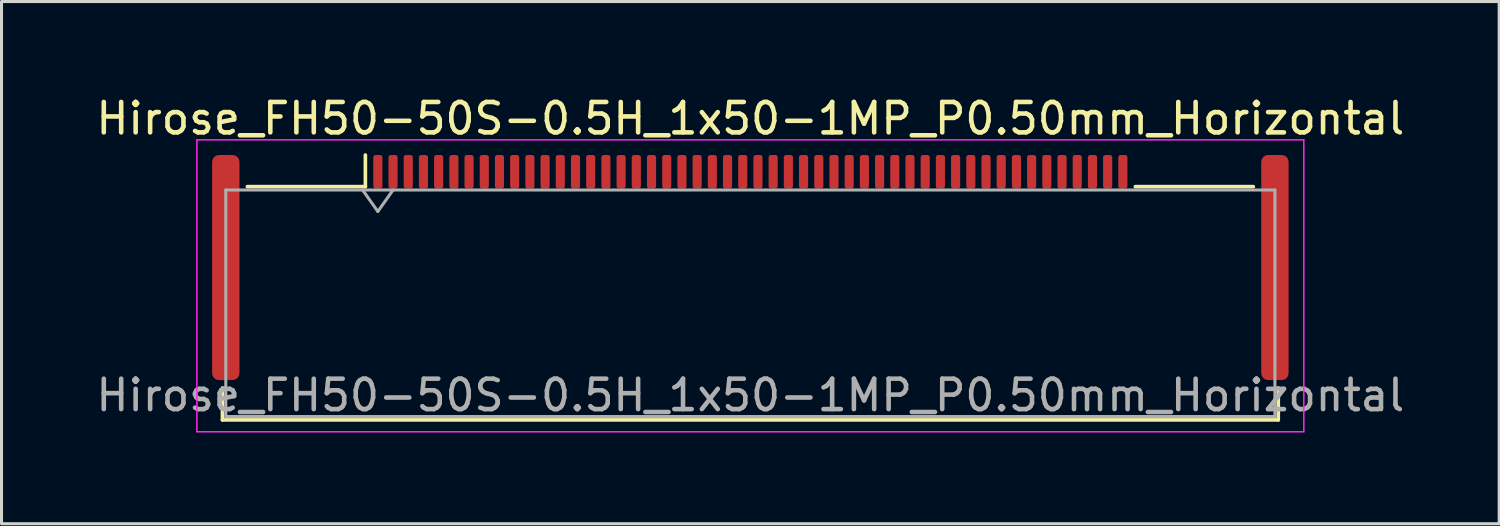
<source format=kicad_pcb>
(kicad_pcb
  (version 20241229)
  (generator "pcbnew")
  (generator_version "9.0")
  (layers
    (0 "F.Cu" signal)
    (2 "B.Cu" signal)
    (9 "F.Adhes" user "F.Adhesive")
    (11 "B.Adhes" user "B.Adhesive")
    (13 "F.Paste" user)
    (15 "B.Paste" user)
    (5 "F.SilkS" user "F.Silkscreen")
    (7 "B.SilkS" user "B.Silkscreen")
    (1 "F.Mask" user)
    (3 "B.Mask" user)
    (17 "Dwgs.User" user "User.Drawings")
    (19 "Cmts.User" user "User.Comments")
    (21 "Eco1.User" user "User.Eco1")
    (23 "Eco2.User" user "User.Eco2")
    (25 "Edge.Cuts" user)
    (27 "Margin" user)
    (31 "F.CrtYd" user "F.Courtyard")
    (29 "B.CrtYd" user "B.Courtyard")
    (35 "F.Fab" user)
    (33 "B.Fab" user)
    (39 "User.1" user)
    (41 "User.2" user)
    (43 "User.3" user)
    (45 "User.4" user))
  (footprint "Hirose_FH50-50S-0.5H_1x50-1MP_P0.50mm_Horizontal"
    (layer "F.Cu")
    (at 21.625 5.748)
    (property "Reference" "Hirose_FH50-50S-0.5H_1x50-1MP_P0.50mm_Horizontal" (at 0 -4.9 0) (layer "F.SilkS") (effects (font (size 1 1) (thickness 0.15))))
    (attr smd)
    (fp_line (start -17.36 3.96) (end -17.36 5.01) (stroke (width 0.12) (type solid)) (layer "F.SilkS"))
    (fp_line (start -17.36 5.01) (end 17.36 5.01) (stroke (width 0.12) (type solid)) (layer "F.SilkS"))
    (fp_line (start -16.54 -2.66) (end -12.66 -2.66) (stroke (width 0.12) (type solid)) (layer "F.SilkS"))
    (fp_line (start -12.66 -2.66) (end -12.66 -3.7) (stroke (width 0.12) (type solid)) (layer "F.SilkS"))
    (fp_line (start 16.54 -2.66) (end 12.66 -2.66) (stroke (width 0.12) (type solid)) (layer "F.SilkS"))
    (fp_line (start 17.36 5.01) (end 17.36 3.96) (stroke (width 0.12) (type solid)) (layer "F.SilkS"))
    (fp_line (start -18.2 -4.2) (end -18.2 5.4) (stroke (width 0.05) (type solid)) (layer "F.CrtYd"))
    (fp_line (start -18.2 5.4) (end 18.2 5.4) (stroke (width 0.05) (type solid)) (layer "F.CrtYd"))
    (fp_line (start 18.2 -4.2) (end -18.2 -4.2) (stroke (width 0.05) (type solid)) (layer "F.CrtYd"))
    (fp_line (start 18.2 5.4) (end 18.2 -4.2) (stroke (width 0.05) (type solid)) (layer "F.CrtYd"))
    (fp_line (start -17.25 -2.55) (end -17.25 4.9) (stroke (width 0.1) (type solid)) (layer "F.Fab"))
    (fp_line (start -17.25 -2.55) (end 17.25 -2.55) (stroke (width 0.1) (type solid)) (layer "F.Fab"))
    (fp_line (start -17.25 4.9) (end 17.25 4.9) (stroke (width 0.1) (type solid)) (layer "F.Fab"))
    (fp_line (start -12.75 -2.55) (end -12.25 -1.843) (stroke (width 0.1) (type solid)) (layer "F.Fab"))
    (fp_line (start -12.25 -1.843) (end -11.75 -2.55) (stroke (width 0.1) (type solid)) (layer "F.Fab"))
    (fp_line (start 17.25 -2.55) (end 17.25 4.9) (stroke (width 0.1) (type solid)) (layer "F.Fab"))
    (fp_text user "${REFERENCE}" (at 0 4.2 0) (layer "F.Fab") (effects (font (size 1 1) (thickness 0.15))))
    (pad "1" smd roundrect (at -12.25 -3.15) (size 0.3 1.1) (layers "F.Cu" "F.Mask" "F.Paste") (roundrect_rratio 0.25))
    (pad "2" smd roundrect (at -11.75 -3.15) (size 0.3 1.1) (layers "F.Cu" "F.Mask" "F.Paste") (roundrect_rratio 0.25))
    (pad "3" smd roundrect (at -11.25 -3.15) (size 0.3 1.1) (layers "F.Cu" "F.Mask" "F.Paste") (roundrect_rratio 0.25))
    (pad "4" smd roundrect (at -10.75 -3.15) (size 0.3 1.1) (layers "F.Cu" "F.Mask" "F.Paste") (roundrect_rratio 0.25))
    (pad "5" smd roundrect (at -10.25 -3.15) (size 0.3 1.1) (layers "F.Cu" "F.Mask" "F.Paste") (roundrect_rratio 0.25))
    (pad "6" smd roundrect (at -9.75 -3.15) (size 0.3 1.1) (layers "F.Cu" "F.Mask" "F.Paste") (roundrect_rratio 0.25))
    (pad "7" smd roundrect (at -9.25 -3.15) (size 0.3 1.1) (layers "F.Cu" "F.Mask" "F.Paste") (roundrect_rratio 0.25))
    (pad "8" smd roundrect (at -8.75 -3.15) (size 0.3 1.1) (layers "F.Cu" "F.Mask" "F.Paste") (roundrect_rratio 0.25))
    (pad "9" smd roundrect (at -8.25 -3.15) (size 0.3 1.1) (layers "F.Cu" "F.Mask" "F.Paste") (roundrect_rratio 0.25))
    (pad "10" smd roundrect (at -7.75 -3.15) (size 0.3 1.1) (layers "F.Cu" "F.Mask" "F.Paste") (roundrect_rratio 0.25))
    (pad "11" smd roundrect (at -7.25 -3.15) (size 0.3 1.1) (layers "F.Cu" "F.Mask" "F.Paste") (roundrect_rratio 0.25))
    (pad "12" smd roundrect (at -6.75 -3.15) (size 0.3 1.1) (layers "F.Cu" "F.Mask" "F.Paste") (roundrect_rratio 0.25))
    (pad "13" smd roundrect (at -6.25 -3.15) (size 0.3 1.1) (layers "F.Cu" "F.Mask" "F.Paste") (roundrect_rratio 0.25))
    (pad "14" smd roundrect (at -5.75 -3.15) (size 0.3 1.1) (layers "F.Cu" "F.Mask" "F.Paste") (roundrect_rratio 0.25))
    (pad "15" smd roundrect (at -5.25 -3.15) (size 0.3 1.1) (layers "F.Cu" "F.Mask" "F.Paste") (roundrect_rratio 0.25))
    (pad "16" smd roundrect (at -4.75 -3.15) (size 0.3 1.1) (layers "F.Cu" "F.Mask" "F.Paste") (roundrect_rratio 0.25))
    (pad "17" smd roundrect (at -4.25 -3.15) (size 0.3 1.1) (layers "F.Cu" "F.Mask" "F.Paste") (roundrect_rratio 0.25))
    (pad "18" smd roundrect (at -3.75 -3.15) (size 0.3 1.1) (layers "F.Cu" "F.Mask" "F.Paste") (roundrect_rratio 0.25))
    (pad "19" smd roundrect (at -3.25 -3.15) (size 0.3 1.1) (layers "F.Cu" "F.Mask" "F.Paste") (roundrect_rratio 0.25))
    (pad "20" smd roundrect (at -2.75 -3.15) (size 0.3 1.1) (layers "F.Cu" "F.Mask" "F.Paste") (roundrect_rratio 0.25))
    (pad "21" smd roundrect (at -2.25 -3.15) (size 0.3 1.1) (layers "F.Cu" "F.Mask" "F.Paste") (roundrect_rratio 0.25))
    (pad "22" smd roundrect (at -1.75 -3.15) (size 0.3 1.1) (layers "F.Cu" "F.Mask" "F.Paste") (roundrect_rratio 0.25))
    (pad "23" smd roundrect (at -1.25 -3.15) (size 0.3 1.1) (layers "F.Cu" "F.Mask" "F.Paste") (roundrect_rratio 0.25))
    (pad "24" smd roundrect (at -0.75 -3.15) (size 0.3 1.1) (layers "F.Cu" "F.Mask" "F.Paste") (roundrect_rratio 0.25))
    (pad "25" smd roundrect (at -0.25 -3.15) (size 0.3 1.1) (layers "F.Cu" "F.Mask" "F.Paste") (roundrect_rratio 0.25))
    (pad "26" smd roundrect (at 0.25 -3.15) (size 0.3 1.1) (layers "F.Cu" "F.Mask" "F.Paste") (roundrect_rratio 0.25))
    (pad "27" smd roundrect (at 0.75 -3.15) (size 0.3 1.1) (layers "F.Cu" "F.Mask" "F.Paste") (roundrect_rratio 0.25))
    (pad "28" smd roundrect (at 1.25 -3.15) (size 0.3 1.1) (layers "F.Cu" "F.Mask" "F.Paste") (roundrect_rratio 0.25))
    (pad "29" smd roundrect (at 1.75 -3.15) (size 0.3 1.1) (layers "F.Cu" "F.Mask" "F.Paste") (roundrect_rratio 0.25))
    (pad "30" smd roundrect (at 2.25 -3.15) (size 0.3 1.1) (layers "F.Cu" "F.Mask" "F.Paste") (roundrect_rratio 0.25))
    (pad "31" smd roundrect (at 2.75 -3.15) (size 0.3 1.1) (layers "F.Cu" "F.Mask" "F.Paste") (roundrect_rratio 0.25))
    (pad "32" smd roundrect (at 3.25 -3.15) (size 0.3 1.1) (layers "F.Cu" "F.Mask" "F.Paste") (roundrect_rratio 0.25))
    (pad "33" smd roundrect (at 3.75 -3.15) (size 0.3 1.1) (layers "F.Cu" "F.Mask" "F.Paste") (roundrect_rratio 0.25))
    (pad "34" smd roundrect (at 4.25 -3.15) (size 0.3 1.1) (layers "F.Cu" "F.Mask" "F.Paste") (roundrect_rratio 0.25))
    (pad "35" smd roundrect (at 4.75 -3.15) (size 0.3 1.1) (layers "F.Cu" "F.Mask" "F.Paste") (roundrect_rratio 0.25))
    (pad "36" smd roundrect (at 5.25 -3.15) (size 0.3 1.1) (layers "F.Cu" "F.Mask" "F.Paste") (roundrect_rratio 0.25))
    (pad "37" smd roundrect (at 5.75 -3.15) (size 0.3 1.1) (layers "F.Cu" "F.Mask" "F.Paste") (roundrect_rratio 0.25))
    (pad "38" smd roundrect (at 6.25 -3.15) (size 0.3 1.1) (layers "F.Cu" "F.Mask" "F.Paste") (roundrect_rratio 0.25))
    (pad "39" smd roundrect (at 6.75 -3.15) (size 0.3 1.1) (layers "F.Cu" "F.Mask" "F.Paste") (roundrect_rratio 0.25))
    (pad "40" smd roundrect (at 7.25 -3.15) (size 0.3 1.1) (layers "F.Cu" "F.Mask" "F.Paste") (roundrect_rratio 0.25))
    (pad "41" smd roundrect (at 7.75 -3.15) (size 0.3 1.1) (layers "F.Cu" "F.Mask" "F.Paste") (roundrect_rratio 0.25))
    (pad "42" smd roundrect (at 8.25 -3.15) (size 0.3 1.1) (layers "F.Cu" "F.Mask" "F.Paste") (roundrect_rratio 0.25))
    (pad "43" smd roundrect (at 8.75 -3.15) (size 0.3 1.1) (layers "F.Cu" "F.Mask" "F.Paste") (roundrect_rratio 0.25))
    (pad "44" smd roundrect (at 9.25 -3.15) (size 0.3 1.1) (layers "F.Cu" "F.Mask" "F.Paste") (roundrect_rratio 0.25))
    (pad "45" smd roundrect (at 9.75 -3.15) (size 0.3 1.1) (layers "F.Cu" "F.Mask" "F.Paste") (roundrect_rratio 0.25))
    (pad "46" smd roundrect (at 10.25 -3.15) (size 0.3 1.1) (layers "F.Cu" "F.Mask" "F.Paste") (roundrect_rratio 0.25))
    (pad "47" smd roundrect (at 10.75 -3.15) (size 0.3 1.1) (layers "F.Cu" "F.Mask" "F.Paste") (roundrect_rratio 0.25))
    (pad "48" smd roundrect (at 11.25 -3.15) (size 0.3 1.1) (layers "F.Cu" "F.Mask" "F.Paste") (roundrect_rratio 0.25))
    (pad "49" smd roundrect (at 11.75 -3.15) (size 0.3 1.1) (layers "F.Cu" "F.Mask" "F.Paste") (roundrect_rratio 0.25))
    (pad "50" smd roundrect (at 12.25 -3.15) (size 0.3 1.1) (layers "F.Cu" "F.Mask" "F.Paste") (roundrect_rratio 0.25))
    (pad "MP" smd roundrect (at -17.25 0) (size 0.9 7.4) (layers "F.Cu" "F.Mask" "F.Paste") (roundrect_rratio 0.25))
    (pad "MP" smd roundrect (at 17.25 0) (size 0.9 7.4) (layers "F.Cu" "F.Mask" "F.Paste") (roundrect_rratio 0.25)))
  (gr_rect
    (start -3 -3)
    (end 46.25 14.173)
    (stroke (width 0.1) (type default))
    (fill no)
    (layer "Edge.Cuts")))
</source>
